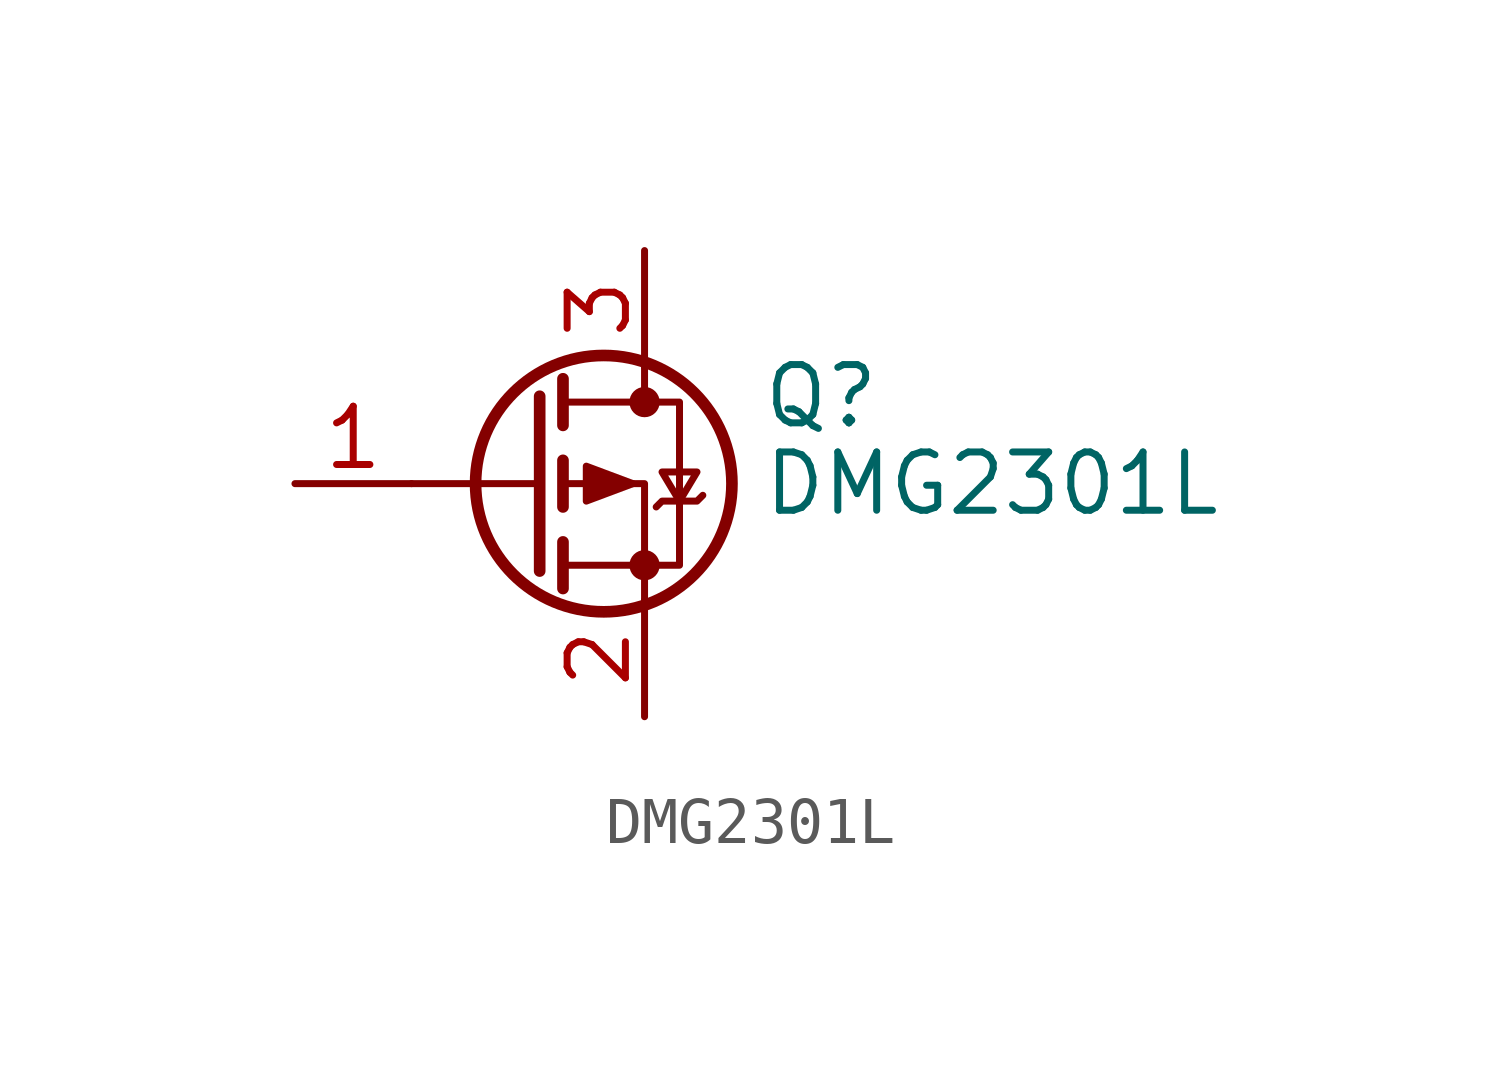
<source format=kicad_sym>
(kicad_symbol_lib
  (version 20220914)
  (generator kicad_symbol_editor)
  (symbol "DMG2301L"
    (pin_names hide)
    (property "Reference" "Q"
      (at 5.08 1.905 0)
      (effects (font (size 1.27 1.27)) (justify left)))
    (property "Value" "DMG2301L"
      (at 5.08 0 0)
      (effects (font (size 1.27 1.27)) (justify left)))
    (symbol "DMG2301L_0_1"
      (polyline (pts (xy 0.254 0) (xy -2.54 0)) (stroke (width 0) (type default)) (fill (type none)))
      (polyline (pts (xy 0.254 1.905) (xy 0.254 -1.905)) (stroke (width 0.254) (type default)) (fill (type none)))
      (polyline (pts (xy 0.762 -1.27) (xy 0.762 -2.286)) (stroke (width 0.254) (type default)) (fill (type none)))
      (polyline (pts (xy 0.762 0.508) (xy 0.762 -0.508)) (stroke (width 0.254) (type default)) (fill (type none)))
      (polyline (pts (xy 0.762 2.286) (xy 0.762 1.27)) (stroke (width 0.254) (type default)) (fill (type none)))
      (polyline (pts (xy 2.54 2.54) (xy 2.54 1.778)) (stroke (width 0) (type default)) (fill (type none)))
      (polyline (pts (xy 2.54 -2.54) (xy 2.54 0) (xy 0.762 0)) (stroke (width 0) (type default)) (fill (type none)))
      (polyline (pts (xy 0.762 1.778) (xy 3.302 1.778) (xy 3.302 -1.778) (xy 0.762 -1.778)) (stroke (width 0) (type default)) (fill (type none)))
      (polyline (pts (xy 2.286 0) (xy 1.27 0.381) (xy 1.27 -0.381) (xy 2.286 0)) (stroke (width 0) (type default)) (fill (type outline)))
      (polyline (pts (xy 2.794 -0.508) (xy 2.921 -0.381) (xy 3.683 -0.381) (xy 3.81 -0.254)) (stroke (width 0) (type default)) (fill (type none)))
      (polyline (pts (xy 3.302 -0.381) (xy 2.921 0.254) (xy 3.683 0.254) (xy 3.302 -0.381)) (stroke (width 0) (type default)) (fill (type none)))
      (circle (center 1.651 0) (radius 2.794) (stroke (width 0.254) (type default)) (fill (type none)))
      (circle (center 2.54 -1.778) (radius 0.254) (stroke (width 0) (type default)) (fill (type outline)))
      (circle (center 2.54 1.778) (radius 0.254) (stroke (width 0) (type default)) (fill (type outline))))
    (symbol "DMG2301L_1_1"
      (pin input line (at -5.08 0 0) (length 2.54) (name "G" (effects (font (size 1.27 1.27)))) (number "1" (effects (font (size 1.27 1.27)))))
      (pin passive line (at 2.54 -5.08 90) (length 2.54) (name "S" (effects (font (size 1.27 1.27)))) (number "2" (effects (font (size 1.27 1.27)))))
      (pin passive line (at 2.54 5.08 270) (length 2.54) (name "D" (effects (font (size 1.27 1.27)))) (number "3" (effects (font (size 1.27 1.27))))))))
</source>
